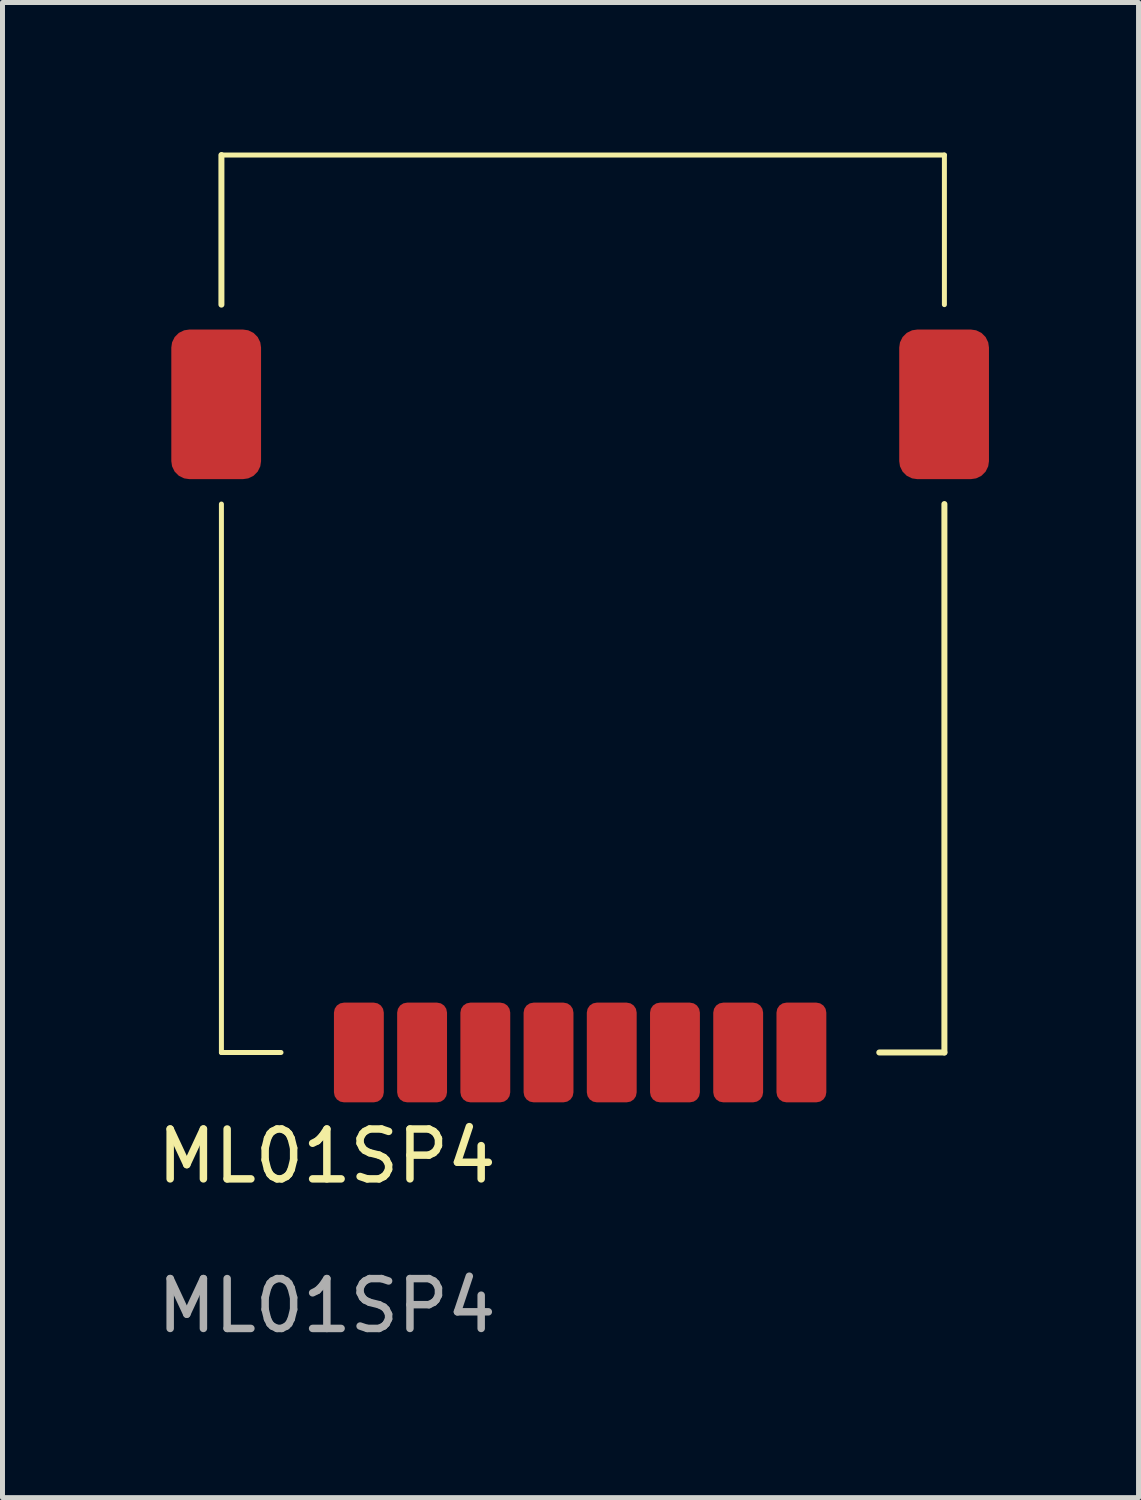
<source format=kicad_pcb>
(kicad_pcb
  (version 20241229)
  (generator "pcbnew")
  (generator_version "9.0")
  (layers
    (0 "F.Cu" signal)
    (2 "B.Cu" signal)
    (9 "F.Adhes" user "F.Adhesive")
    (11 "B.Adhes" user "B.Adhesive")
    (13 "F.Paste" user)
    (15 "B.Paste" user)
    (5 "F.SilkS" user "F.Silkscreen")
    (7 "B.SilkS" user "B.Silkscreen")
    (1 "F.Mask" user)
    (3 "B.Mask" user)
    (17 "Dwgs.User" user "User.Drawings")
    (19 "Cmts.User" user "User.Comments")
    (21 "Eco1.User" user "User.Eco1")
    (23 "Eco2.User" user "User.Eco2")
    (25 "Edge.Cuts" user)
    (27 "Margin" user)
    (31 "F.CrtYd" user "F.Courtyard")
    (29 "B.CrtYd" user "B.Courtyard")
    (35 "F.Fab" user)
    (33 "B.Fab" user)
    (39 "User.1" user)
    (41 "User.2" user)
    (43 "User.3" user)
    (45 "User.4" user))
  (footprint "ML01SP4"
    (layer "F.Cu")
    (at 8.586 18.06)
    (property "Reference" "ML01SP4" (at -5.08 2.08 0) (unlocked yes) (layer "F.SilkS") (effects (font (size 1 1) (thickness 0.15))))
    (attr smd)
    (fp_line (start -7.195 -18) (end -7.195 -15) (stroke (width 0.12) (type solid)) (layer "F.SilkS"))
    (fp_line (start -7.195 -11) (end -7.195 0) (stroke (width 0.1) (type solid)) (layer "F.SilkS"))
    (fp_line (start -7.195 0) (end -6 0) (stroke (width 0.1) (type solid)) (layer "F.SilkS"))
    (fp_line (start 6 0) (end 7.306 0) (stroke (width 0.12) (type solid)) (layer "F.SilkS"))
    (fp_line (start 7.306 -18) (end -7.195 -18) (stroke (width 0.1) (type solid)) (layer "F.SilkS"))
    (fp_line (start 7.306 -15) (end 7.306 -18) (stroke (width 0.1) (type solid)) (layer "F.SilkS"))
    (fp_line (start 7.306 0) (end 7.306 -11) (stroke (width 0.12) (type solid)) (layer "F.SilkS"))
    (fp_text user "${REFERENCE}" (at -5.08 5.08 0) (unlocked yes) (layer "F.Fab") (effects (font (size 1 1) (thickness 0.15))))
    (pad "1" smd roundrect (at -4.438 0 90) (size 2 1) (layers "F.Cu" "F.Mask" "F.Paste") (roundrect_rratio 0.2))
    (pad "2" smd roundrect (at -3.17 0 90) (size 2 1) (layers "F.Cu" "F.Mask" "F.Paste") (roundrect_rratio 0.2))
    (pad "3" smd roundrect (at -1.902 0 90) (size 2 1) (layers "F.Cu" "F.Mask" "F.Paste") (roundrect_rratio 0.2))
    (pad "4" smd roundrect (at -0.634 0 90) (size 2 1) (layers "F.Cu" "F.Mask" "F.Paste") (roundrect_rratio 0.2))
    (pad "5" smd roundrect (at 0.634 0 90) (size 2 1) (layers "F.Cu" "F.Mask" "F.Paste") (roundrect_rratio 0.2))
    (pad "6" smd roundrect (at 1.902 0 90) (size 2 1) (layers "F.Cu" "F.Mask" "F.Paste") (roundrect_rratio 0.2))
    (pad "7" smd roundrect (at 3.17 0 90) (size 2 1) (layers "F.Cu" "F.Mask" "F.Paste") (roundrect_rratio 0.2))
    (pad "8" smd roundrect (at 4.438 0 90) (size 2 1) (layers "F.Cu" "F.Mask" "F.Paste") (roundrect_rratio 0.2))
    (pad "9" smd roundrect (at 7.3 -13 180) (size 1.8 3) (layers "F.Cu" "F.Mask" "F.Paste") (roundrect_rratio 0.2))
    (pad "10" smd roundrect (at -7.3 -13 180) (size 1.8 3) (layers "F.Cu" "F.Mask" "F.Paste") (roundrect_rratio 0.2)))
  (gr_rect
    (start -3 -3)
    (end 19.786 26.988)
    (stroke (width 0.1) (type default))
    (fill no)
    (layer "Edge.Cuts")))
</source>
